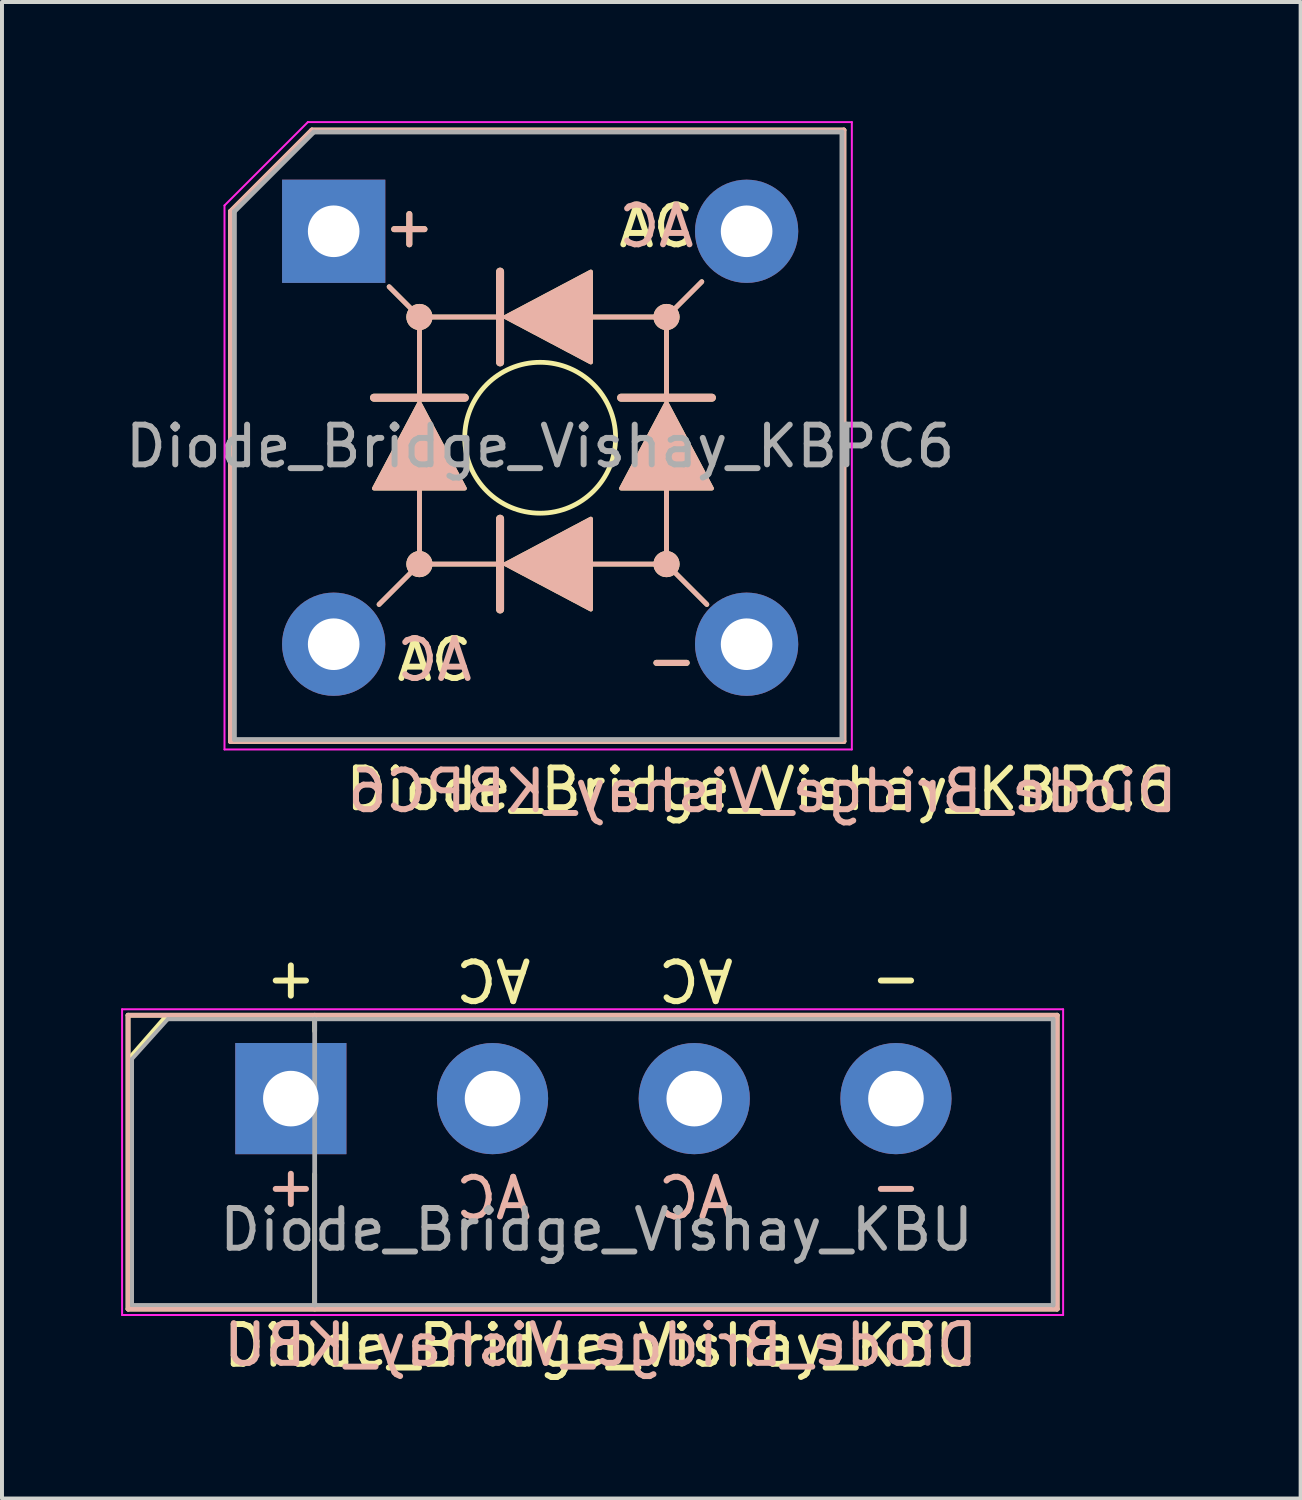
<source format=kicad_pcb>
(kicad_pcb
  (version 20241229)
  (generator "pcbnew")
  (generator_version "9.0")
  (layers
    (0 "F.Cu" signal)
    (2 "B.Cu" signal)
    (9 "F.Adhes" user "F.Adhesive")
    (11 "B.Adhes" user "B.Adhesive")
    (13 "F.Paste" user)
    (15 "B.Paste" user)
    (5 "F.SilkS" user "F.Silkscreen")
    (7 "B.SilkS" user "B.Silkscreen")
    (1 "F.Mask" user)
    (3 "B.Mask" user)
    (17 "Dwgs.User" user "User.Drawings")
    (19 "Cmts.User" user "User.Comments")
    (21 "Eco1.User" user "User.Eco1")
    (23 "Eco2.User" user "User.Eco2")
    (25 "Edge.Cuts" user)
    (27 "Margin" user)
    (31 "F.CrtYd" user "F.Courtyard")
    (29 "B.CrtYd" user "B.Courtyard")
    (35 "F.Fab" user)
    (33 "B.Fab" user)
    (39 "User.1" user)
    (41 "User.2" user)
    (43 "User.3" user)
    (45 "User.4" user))
  (footprint "Diode_Bridge_Vishay_KBU"
    (layer "F.Cu")
    (at 4.275 24.619)
    (property "Reference" "Diode_Bridge_Vishay_KBU" (at 7.8 6.223 0) (layer "F.SilkS") (effects (font (size 1 1) (thickness 0.15))))
    (fp_line (start -4.1 -2.1) (end -4.1 5.3) (stroke (width 0.12) (type solid)) (layer "F.SilkS"))
    (fp_line (start -4.1 5.3) (end 19.3 5.3) (stroke (width 0.12) (type solid)) (layer "F.SilkS"))
    (fp_line (start -4.064 -1.016) (end -3.175 -2.032) (stroke (width 0.12) (type solid)) (layer "F.SilkS"))
    (fp_line (start 0.6 -1.7) (end 0.6 -2.1) (stroke (width 0.12) (type solid)) (layer "F.SilkS"))
    (fp_line (start 0.6 1.9) (end 0.6 5.3) (stroke (width 0.12) (type solid)) (layer "F.SilkS"))
    (fp_line (start 19.3 -2.1) (end -4.1 -2.1) (stroke (width 0.12) (type solid)) (layer "F.SilkS"))
    (fp_line (start 19.3 5.3) (end 19.3 -2.1) (stroke (width 0.12) (type solid)) (layer "F.SilkS"))
    (fp_line (start -4.1 -2.1) (end 19.3 -2.1) (stroke (width 0.12) (type solid)) (layer "B.SilkS"))
    (fp_line (start -4.1 5.3) (end -4.1 -2.1) (stroke (width 0.12) (type solid)) (layer "B.SilkS"))
    (fp_line (start 19.3 -2.1) (end 19.3 5.3) (stroke (width 0.12) (type solid)) (layer "B.SilkS"))
    (fp_line (start 19.3 5.3) (end -4.1 5.3) (stroke (width 0.12) (type solid)) (layer "B.SilkS"))
    (fp_line (start -4.25 -2.25) (end -4.25 5.45) (stroke (width 0.05) (type solid)) (layer "F.CrtYd"))
    (fp_line (start -4.25 -2.25) (end 19.45 -2.25) (stroke (width 0.05) (type solid)) (layer "F.CrtYd"))
    (fp_line (start 19.45 5.45) (end -4.25 5.45) (stroke (width 0.05) (type solid)) (layer "F.CrtYd"))
    (fp_line (start 19.45 5.45) (end 19.45 -2.25) (stroke (width 0.05) (type solid)) (layer "F.CrtYd"))
    (fp_line (start -4 -1) (end -4 5.2) (stroke (width 0.1) (type solid)) (layer "F.Fab"))
    (fp_line (start -4 5.2) (end 19.2 5.2) (stroke (width 0.1) (type solid)) (layer "F.Fab"))
    (fp_line (start -3.1 -2) (end -4 -1) (stroke (width 0.1) (type solid)) (layer "F.Fab"))
    (fp_line (start 0.6 -2) (end 0.6 5.2) (stroke (width 0.12) (type solid)) (layer "F.Fab"))
    (fp_line (start 19.2 -2) (end -3.1 -2) (stroke (width 0.1) (type solid)) (layer "F.Fab"))
    (fp_line (start 19.2 5.2) (end 19.2 -2) (stroke (width 0.12) (type solid)) (layer "F.Fab"))
    (fp_text user "+" (at 0 -3.048 0) (layer "F.SilkS") (effects (font (size 1 1) (thickness 0.15))))
    (fp_text user "AC" (at 5.1 -3 180) (unlocked yes) (layer "F.SilkS") (effects (font (size 1 1) (thickness 0.15))))
    (fp_text user "AC" (at 10.2 -3 180) (unlocked yes) (layer "F.SilkS") (effects (font (size 1 1) (thickness 0.15))))
    (fp_text user "-" (at 15.24 -3.048 0) (layer "F.SilkS") (effects (font (size 1 1) (thickness 0.15))))
    (fp_text user "AC" (at 10.2 2.514 0) (layer "B.SilkS") (effects (font (size 1 1) (thickness 0.15)) (justify mirror)))
    (fp_text user "AC" (at 5.1 2.514 0) (layer "B.SilkS") (effects (font (size 1 1) (thickness 0.15)) (justify mirror)))
    (fp_text user "${REFERENCE}" (at 7.8 6.2 0) (layer "B.SilkS") (effects (font (size 1 1) (thickness 0.15)) (justify mirror)))
    (fp_text user "+" (at 0 2.2 0) (layer "B.SilkS") (effects (font (size 1 1) (thickness 0.15)) (justify mirror)))
    (fp_text user "-" (at 15.24 2.2 0) (layer "B.SilkS") (effects (font (size 1 1) (thickness 0.15)) (justify mirror)))
    (fp_text user "${REFERENCE}" (at 7.7 3.3 0) (layer "F.Fab") (effects (font (size 1 1) (thickness 0.15))))
    (pad "1" thru_hole rect (at 0 0) (size 2.8 2.8) (drill 1.4) (layers "*.Cu" "*.Mask"))
    (pad "2" thru_hole circle (at 5.08 0) (size 2.8 2.8) (drill 1.4) (layers "*.Cu" "*.Mask"))
    (pad "3" thru_hole circle (at 10.16 0) (size 2.8 2.8) (drill 1.4) (layers "*.Cu" "*.Mask"))
    (pad "4" thru_hole circle (at 15.24 0) (size 2.8 2.8) (drill 1.4) (layers "*.Cu" "*.Mask")))
  (footprint "Diode_Bridge_Vishay_KBPC6"
    (layer "F.Cu")
    (at 5.354 2.775)
    (property "Reference" "Diode_Bridge_Vishay_KBPC6" (at 10.75 14.05 180) (layer "F.SilkS") (effects (font (size 1 1) (thickness 0.15))))
    (fp_line (start -2.6 -0.5) (end -2.6 12.85) (stroke (width 0.12) (type solid)) (layer "F.SilkS"))
    (fp_line (start -2.6 12.85) (end 12.85 12.85) (stroke (width 0.12) (type solid)) (layer "F.SilkS"))
    (fp_line (start -0.55 -2.55) (end -2.6 -0.5) (stroke (width 0.12) (type solid)) (layer "F.SilkS"))
    (fp_line (start 1.143 9.398) (end 2.159 8.382) (stroke (width 0.12) (type solid)) (layer "F.SilkS"))
    (fp_line (start 1.397 1.397) (end 2.159 2.159) (stroke (width 0.12) (type solid)) (layer "F.SilkS"))
    (fp_line (start 2.159 4.191) (end 1.016 4.191) (stroke (width 0.2) (type solid)) (layer "F.SilkS"))
    (fp_line (start 2.159 4.191) (end 2.159 2.159) (stroke (width 0.12) (type solid)) (layer "F.SilkS"))
    (fp_line (start 2.159 8.128) (end 2.159 6.477) (stroke (width 0.12) (type solid)) (layer "F.SilkS"))
    (fp_line (start 3.302 4.191) (end 2.159 4.191) (stroke (width 0.2) (type solid)) (layer "F.SilkS"))
    (fp_line (start 4.191 1.016) (end 4.191 2.159) (stroke (width 0.2) (type solid)) (layer "F.SilkS"))
    (fp_line (start 4.191 2.159) (end 2.159 2.159) (stroke (width 0.12) (type solid)) (layer "F.SilkS"))
    (fp_line (start 4.191 2.159) (end 4.191 3.302) (stroke (width 0.2) (type solid)) (layer "F.SilkS"))
    (fp_line (start 4.191 7.239) (end 4.191 8.382) (stroke (width 0.2) (type solid)) (layer "F.SilkS"))
    (fp_line (start 4.191 8.382) (end 2.159 8.382) (stroke (width 0.12) (type solid)) (layer "F.SilkS"))
    (fp_line (start 4.191 8.382) (end 4.191 9.525) (stroke (width 0.2) (type solid)) (layer "F.SilkS"))
    (fp_line (start 8.128 2.159) (end 6.477 2.159) (stroke (width 0.12) (type solid)) (layer "F.SilkS"))
    (fp_line (start 8.292 8.382) (end 6.477 8.382) (stroke (width 0.12) (type solid)) (layer "F.SilkS"))
    (fp_line (start 8.382 4.191) (end 7.239 4.191) (stroke (width 0.2) (type solid)) (layer "F.SilkS"))
    (fp_line (start 8.382 4.191) (end 8.382 2.159) (stroke (width 0.12) (type solid)) (layer "F.SilkS"))
    (fp_line (start 8.382 8.382) (end 8.382 6.477) (stroke (width 0.12) (type solid)) (layer "F.SilkS"))
    (fp_line (start 9.271 1.27) (end 8.255 2.286) (stroke (width 0.12) (type solid)) (layer "F.SilkS"))
    (fp_line (start 9.398 9.398) (end 8.382 8.382) (stroke (width 0.12) (type solid)) (layer "F.SilkS"))
    (fp_line (start 9.525 4.191) (end 8.382 4.191) (stroke (width 0.2) (type solid)) (layer "F.SilkS"))
    (fp_line (start 12.85 -2.55) (end -0.55 -2.55) (stroke (width 0.12) (type solid)) (layer "F.SilkS"))
    (fp_line (start 12.85 12.85) (end 12.85 -2.55) (stroke (width 0.12) (type solid)) (layer "F.SilkS"))
    (fp_circle (center 2.159 2.159) (end 2.223 2.095) (stroke (width 0.12) (type solid)) (fill no) (layer "F.SilkS"))
    (fp_circle (center 2.159 2.159) (end 2.286 2.032) (stroke (width 0.12) (type solid)) (fill no) (layer "F.SilkS"))
    (fp_circle (center 2.159 2.159) (end 2.349 1.968) (stroke (width 0.12) (type solid)) (fill no) (layer "F.SilkS"))
    (fp_circle (center 2.159 8.382) (end 2.223 8.319) (stroke (width 0.12) (type solid)) (fill no) (layer "F.SilkS"))
    (fp_circle (center 2.159 8.382) (end 2.286 8.255) (stroke (width 0.12) (type solid)) (fill no) (layer "F.SilkS"))
    (fp_circle (center 2.159 8.382) (end 2.349 8.191) (stroke (width 0.12) (type solid)) (fill no) (layer "F.SilkS"))
    (fp_circle (center 5.2 5.2) (end 5.2 7.1) (stroke (width 0.12) (type solid)) (fill no) (layer "F.SilkS"))
    (fp_circle (center 8.382 2.159) (end 8.445 2.095) (stroke (width 0.12) (type solid)) (fill no) (layer "F.SilkS"))
    (fp_circle (center 8.382 2.159) (end 8.509 2.032) (stroke (width 0.12) (type solid)) (fill no) (layer "F.SilkS"))
    (fp_circle (center 8.382 2.159) (end 8.572 1.968) (stroke (width 0.12) (type solid)) (fill no) (layer "F.SilkS"))
    (fp_circle (center 8.382 8.382) (end 8.445 8.319) (stroke (width 0.12) (type solid)) (fill no) (layer "F.SilkS"))
    (fp_circle (center 8.382 8.382) (end 8.509 8.255) (stroke (width 0.12) (type solid)) (fill no) (layer "F.SilkS"))
    (fp_circle (center 8.382 8.382) (end 8.572 8.191) (stroke (width 0.12) (type solid)) (fill no) (layer "F.SilkS"))
    (fp_poly (pts (xy 3.302 6.477) (xy 1.016 6.477) (xy 2.159 4.318)) (stroke (width 0.1) (type solid)) (fill yes) (layer "F.SilkS"))
    (fp_poly (pts (xy 6.477 1.016) (xy 6.477 3.302) (xy 4.318 2.159)) (stroke (width 0.1) (type solid)) (fill yes) (layer "F.SilkS"))
    (fp_poly (pts (xy 6.477 7.239) (xy 6.477 9.525) (xy 4.318 8.382)) (stroke (width 0.1) (type solid)) (fill yes) (layer "F.SilkS"))
    (fp_poly (pts (xy 9.525 6.477) (xy 7.239 6.477) (xy 8.382 4.318)) (stroke (width 0.1) (type solid)) (fill yes) (layer "F.SilkS"))
    (fp_line (start -2.6 -0.5) (end -2.6 12.85) (stroke (width 0.12) (type solid)) (layer "B.SilkS"))
    (fp_line (start -2.6 12.85) (end 12.85 12.85) (stroke (width 0.12) (type solid)) (layer "B.SilkS"))
    (fp_line (start -0.55 -2.55) (end -2.6 -0.5) (stroke (width 0.12) (type solid)) (layer "B.SilkS"))
    (fp_line (start 1.143 9.398) (end 2.159 8.382) (stroke (width 0.12) (type solid)) (layer "B.SilkS"))
    (fp_line (start 1.397 1.397) (end 2.159 2.159) (stroke (width 0.12) (type solid)) (layer "B.SilkS"))
    (fp_line (start 2.159 4.191) (end 1.016 4.191) (stroke (width 0.2) (type solid)) (layer "B.SilkS"))
    (fp_line (start 2.159 4.191) (end 2.159 2.159) (stroke (width 0.12) (type solid)) (layer "B.SilkS"))
    (fp_line (start 2.159 8.128) (end 2.159 6.477) (stroke (width 0.12) (type solid)) (layer "B.SilkS"))
    (fp_line (start 3.302 4.191) (end 2.159 4.191) (stroke (width 0.2) (type solid)) (layer "B.SilkS"))
    (fp_line (start 4.191 1.016) (end 4.191 2.159) (stroke (width 0.2) (type solid)) (layer "B.SilkS"))
    (fp_line (start 4.191 2.159) (end 2.159 2.159) (stroke (width 0.12) (type solid)) (layer "B.SilkS"))
    (fp_line (start 4.191 2.159) (end 4.191 3.302) (stroke (width 0.2) (type solid)) (layer "B.SilkS"))
    (fp_line (start 4.191 7.239) (end 4.191 8.382) (stroke (width 0.2) (type solid)) (layer "B.SilkS"))
    (fp_line (start 4.191 8.382) (end 2.159 8.382) (stroke (width 0.12) (type solid)) (layer "B.SilkS"))
    (fp_line (start 4.191 8.382) (end 4.191 9.525) (stroke (width 0.2) (type solid)) (layer "B.SilkS"))
    (fp_line (start 8.128 2.159) (end 6.477 2.159) (stroke (width 0.12) (type solid)) (layer "B.SilkS"))
    (fp_line (start 8.292 8.382) (end 6.477 8.382) (stroke (width 0.12) (type solid)) (layer "B.SilkS"))
    (fp_line (start 8.382 4.191) (end 7.239 4.191) (stroke (width 0.2) (type solid)) (layer "B.SilkS"))
    (fp_line (start 8.382 4.191) (end 8.382 2.159) (stroke (width 0.12) (type solid)) (layer "B.SilkS"))
    (fp_line (start 8.382 8.382) (end 8.382 6.477) (stroke (width 0.12) (type solid)) (layer "B.SilkS"))
    (fp_line (start 9.271 1.27) (end 8.255 2.286) (stroke (width 0.12) (type solid)) (layer "B.SilkS"))
    (fp_line (start 9.398 9.398) (end 8.382 8.382) (stroke (width 0.12) (type solid)) (layer "B.SilkS"))
    (fp_line (start 9.525 4.191) (end 8.382 4.191) (stroke (width 0.2) (type solid)) (layer "B.SilkS"))
    (fp_line (start 12.85 -2.55) (end -0.55 -2.55) (stroke (width 0.12) (type solid)) (layer "B.SilkS"))
    (fp_line (start 12.85 12.85) (end 12.85 -2.55) (stroke (width 0.12) (type solid)) (layer "B.SilkS"))
    (fp_circle (center 2.159 2.159) (end 2.249 2.159) (stroke (width 0.12) (type solid)) (fill no) (layer "B.SilkS"))
    (fp_circle (center 2.159 2.159) (end 2.339 2.159) (stroke (width 0.12) (type solid)) (fill no) (layer "B.SilkS"))
    (fp_circle (center 2.159 2.159) (end 2.428 2.159) (stroke (width 0.12) (type solid)) (fill no) (layer "B.SilkS"))
    (fp_circle (center 2.159 8.382) (end 2.249 8.382) (stroke (width 0.12) (type solid)) (fill no) (layer "B.SilkS"))
    (fp_circle (center 2.159 8.382) (end 2.339 8.382) (stroke (width 0.12) (type solid)) (fill no) (layer "B.SilkS"))
    (fp_circle (center 2.159 8.382) (end 2.428 8.382) (stroke (width 0.12) (type solid)) (fill no) (layer "B.SilkS"))
    (fp_circle (center 8.382 2.159) (end 8.472 2.159) (stroke (width 0.12) (type solid)) (fill no) (layer "B.SilkS"))
    (fp_circle (center 8.382 2.159) (end 8.562 2.159) (stroke (width 0.12) (type solid)) (fill no) (layer "B.SilkS"))
    (fp_circle (center 8.382 2.159) (end 8.651 2.159) (stroke (width 0.12) (type solid)) (fill no) (layer "B.SilkS"))
    (fp_circle (center 8.382 8.382) (end 8.472 8.382) (stroke (width 0.12) (type solid)) (fill no) (layer "B.SilkS"))
    (fp_circle (center 8.382 8.382) (end 8.562 8.382) (stroke (width 0.12) (type solid)) (fill no) (layer "B.SilkS"))
    (fp_circle (center 8.382 8.382) (end 8.651 8.382) (stroke (width 0.12) (type solid)) (fill no) (layer "B.SilkS"))
    (fp_poly (pts (xy 3.302 6.477) (xy 1.016 6.477) (xy 2.159 4.318)) (stroke (width 0.1) (type solid)) (fill yes) (layer "B.SilkS"))
    (fp_poly (pts (xy 6.477 1.016) (xy 6.477 3.302) (xy 4.318 2.159)) (stroke (width 0.1) (type solid)) (fill yes) (layer "B.SilkS"))
    (fp_poly (pts (xy 6.477 7.239) (xy 6.477 9.525) (xy 4.318 8.382)) (stroke (width 0.1) (type solid)) (fill yes) (layer "B.SilkS"))
    (fp_poly (pts (xy 9.525 6.477) (xy 7.239 6.477) (xy 8.382 4.318)) (stroke (width 0.1) (type solid)) (fill yes) (layer "B.SilkS"))
    (fp_line (start -2.75 -0.65) (end -0.65 -2.75) (stroke (width 0.05) (type solid)) (layer "F.CrtYd"))
    (fp_line (start -2.75 13.05) (end -2.75 -0.65) (stroke (width 0.05) (type solid)) (layer "F.CrtYd"))
    (fp_line (start -0.65 -2.75) (end 13.05 -2.75) (stroke (width 0.05) (type solid)) (layer "F.CrtYd"))
    (fp_line (start 13.05 -2.75) (end 13.05 13.05) (stroke (width 0.05) (type solid)) (layer "F.CrtYd"))
    (fp_line (start 13.05 13.05) (end -2.75 13.05) (stroke (width 0.05) (type solid)) (layer "F.CrtYd"))
    (fp_line (start -2.5 -0.5) (end -0.5 -2.5) (stroke (width 0.12) (type solid)) (layer "F.Fab"))
    (fp_line (start -2.5 12.8) (end -2.5 -0.5) (stroke (width 0.12) (type solid)) (layer "F.Fab"))
    (fp_line (start -0.5 -2.5) (end 12.8 -2.5) (stroke (width 0.12) (type solid)) (layer "F.Fab"))
    (fp_line (start 12.8 -2.5) (end 12.8 12.8) (stroke (width 0.12) (type solid)) (layer "F.Fab"))
    (fp_line (start 12.8 12.8) (end -2.5 12.8) (stroke (width 0.12) (type solid)) (layer "F.Fab"))
    (fp_text user "-" (at 8.509 10.795 0) (layer "F.SilkS") (effects (font (size 1 1) (thickness 0.15))))
    (fp_text user "AC" (at 2.54 10.795 0) (layer "F.SilkS") (effects (font (size 1 1) (thickness 0.15))))
    (fp_text user "AC" (at 8.128 -0.127 0) (layer "F.SilkS") (effects (font (size 1 1) (thickness 0.15))))
    (fp_text user "+" (at 1.905 -0.127 0) (layer "F.SilkS") (effects (font (size 1 1) (thickness 0.15))))
    (fp_text user "AC" (at 8.128 -0.127 0) (layer "B.SilkS") (effects (font (size 1 1) (thickness 0.15)) (justify mirror)))
    (fp_text user "${REFERENCE}" (at 10.8 14.1 0) (layer "B.SilkS") (effects (font (size 1 1) (thickness 0.15)) (justify mirror)))
    (fp_text user "+" (at 1.905 -0.127 0) (layer "B.SilkS") (effects (font (size 1 1) (thickness 0.15)) (justify mirror)))
    (fp_text user "-" (at 8.509 10.795 0) (layer "B.SilkS") (effects (font (size 1 1) (thickness 0.15)) (justify mirror)))
    (fp_text user "AC" (at 2.54 10.795 0) (layer "B.SilkS") (effects (font (size 1 1) (thickness 0.15)) (justify mirror)))
    (fp_text user "${REFERENCE}" (at 5.2 5.415 180) (layer "F.Fab") (effects (font (size 1 1) (thickness 0.15))))
    (pad "1" thru_hole rect (at 0 0) (size 2.6 2.6) (drill 1.3) (layers "*.Cu" "*.Mask"))
    (pad "2" thru_hole circle (at 0 10.4) (size 2.6 2.6) (drill 1.3) (layers "*.Cu" "*.Mask"))
    (pad "3" thru_hole circle (at 10.4 10.4) (size 2.6 2.6) (drill 1.3) (layers "*.Cu" "*.Mask"))
    (pad "4" thru_hole circle (at 10.4 0) (size 2.6 2.6) (drill 1.3) (layers "*.Cu" "*.Mask")))
  (gr_rect
    (start -3 -3)
    (end 29.707 34.691)
    (stroke (width 0.1) (type default))
    (fill no)
    (layer "Edge.Cuts")))
</source>
